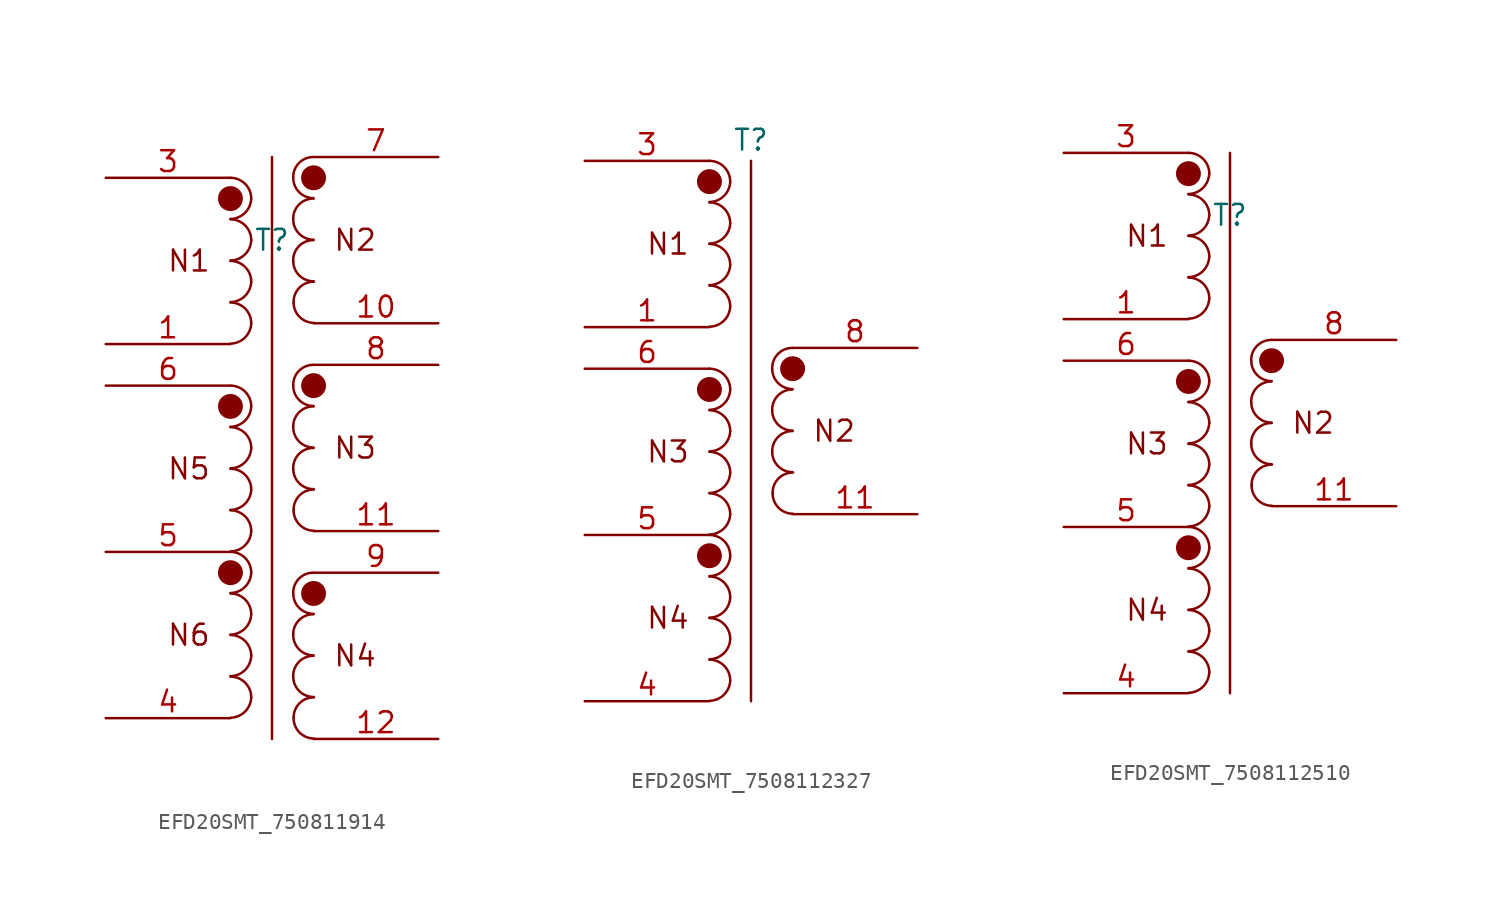
<source format=kicad_sym>
(kicad_symbol_lib
  (version 20220914)
  (generator kicad_symbol_editor)
  (symbol "EFD20SMT_750811914"
    (pin_names hide)
    (property "Reference" "T"
      (at 0 12.7 0)
      (effects (font (size 1.27 1.27))))
    (symbol "EFD20SMT_750811914_0_1"
      (arc (start -2.54 -16.4846) (mid -1.6561 -16.1163) (end -1.27 -15.24) (stroke (width 0) (type default)) (fill (type none)))
      (arc (start -2.54 -13.9446) (mid -1.6561 -13.5763) (end -1.27 -12.7) (stroke (width 0) (type default)) (fill (type none)))
      (arc (start -2.54 -11.4046) (mid -1.6561 -11.0363) (end -1.27 -10.16) (stroke (width 0) (type default)) (fill (type none)))
      (arc (start -2.54 -8.8646) (mid -1.6561 -8.4963) (end -1.27 -7.62) (stroke (width 0) (type default)) (fill (type none)))
      (arc (start -2.54 -6.3246) (mid -1.6561 -5.9563) (end -1.27 -5.08) (stroke (width 0) (type default)) (fill (type none)))
      (arc (start -2.54 -3.7846) (mid -1.6561 -3.4163) (end -1.27 -2.54) (stroke (width 0) (type default)) (fill (type none)))
      (arc (start -2.54 -1.2446) (mid -1.6561 -0.8763) (end -1.27 0) (stroke (width 0) (type default)) (fill (type none)))
      (arc (start -2.54 1.2954) (mid -1.6561 1.6637) (end -1.27 2.54) (stroke (width 0) (type default)) (fill (type none)))
      (arc (start -2.54 6.3754) (mid -1.6561 6.7437) (end -1.27 7.62) (stroke (width 0) (type default)) (fill (type none)))
      (arc (start -2.54 8.9154) (mid -1.6561 9.2837) (end -1.27 10.16) (stroke (width 0) (type default)) (fill (type none)))
      (arc (start -2.54 11.4554) (mid -1.6561 11.8237) (end -1.27 12.7) (stroke (width 0) (type default)) (fill (type none)))
      (arc (start -2.54 13.9954) (mid -1.6561 14.3637) (end -1.27 15.24) (stroke (width 0) (type default)) (fill (type none)))
      (arc (start -1.27 -15.24) (mid -1.642 -14.342) (end -2.54 -13.97) (stroke (width 0) (type default)) (fill (type none)))
      (arc (start -1.27 -12.7) (mid -1.642 -11.802) (end -2.54 -11.43) (stroke (width 0) (type default)) (fill (type none)))
      (arc (start -1.27 -10.16) (mid -1.642 -9.262) (end -2.54 -8.89) (stroke (width 0) (type default)) (fill (type none)))
      (arc (start -1.27 -7.62) (mid -1.642 -6.722) (end -2.54 -6.35) (stroke (width 0) (type default)) (fill (type none)))
      (arc (start -1.27 -5.08) (mid -1.642 -4.182) (end -2.54 -3.81) (stroke (width 0) (type default)) (fill (type none)))
      (arc (start -1.27 -2.54) (mid -1.642 -1.642) (end -2.54 -1.27) (stroke (width 0) (type default)) (fill (type none)))
      (arc (start -1.27 0) (mid -1.642 0.898) (end -2.54 1.27) (stroke (width 0) (type default)) (fill (type none)))
      (arc (start -1.27 2.54) (mid -1.642 3.438) (end -2.54 3.81) (stroke (width 0) (type default)) (fill (type none)))
      (arc (start -1.27 7.62) (mid -1.642 8.518) (end -2.54 8.89) (stroke (width 0) (type default)) (fill (type none)))
      (arc (start -1.27 10.16) (mid -1.642 11.058) (end -2.54 11.43) (stroke (width 0) (type default)) (fill (type none)))
      (arc (start -1.27 12.7) (mid -1.642 13.598) (end -2.54 13.97) (stroke (width 0) (type default)) (fill (type none)))
      (arc (start -1.27 15.24) (mid -1.642 16.138) (end -2.54 16.51) (stroke (width 0) (type default)) (fill (type none)))
      (polyline (pts (xy 0 17.78) (xy 0 -17.78)) (stroke (width 0) (type default)) (fill (type none)))
      (arc (start 1.2954 -13.97) (mid 1.6599 -14.8501) (end 2.54 -15.2146) (stroke (width 0) (type default)) (fill (type none)))
      (arc (start 1.2954 -11.43) (mid 1.6599 -12.3101) (end 2.54 -12.6746) (stroke (width 0) (type default)) (fill (type none)))
      (arc (start 1.2954 -8.89) (mid 1.6599 -9.7701) (end 2.54 -10.1346) (stroke (width 0) (type default)) (fill (type none)))
      (arc (start 1.2954 -1.27) (mid 1.6599 -2.1501) (end 2.54 -2.5146) (stroke (width 0) (type default)) (fill (type none)))
      (arc (start 1.2954 1.27) (mid 1.6599 0.3899) (end 2.54 0.0254) (stroke (width 0) (type default)) (fill (type none)))
      (arc (start 1.2954 3.81) (mid 1.6599 2.9299) (end 2.54 2.5654) (stroke (width 0) (type default)) (fill (type none)))
      (arc (start 1.2954 11.43) (mid 1.6599 10.5499) (end 2.54 10.1854) (stroke (width 0) (type default)) (fill (type none)))
      (arc (start 1.2954 13.97) (mid 1.6599 13.0899) (end 2.54 12.7254) (stroke (width 0) (type default)) (fill (type none)))
      (arc (start 1.2954 16.51) (mid 1.6599 15.6299) (end 2.54 15.2654) (stroke (width 0) (type default)) (fill (type none)))
      (arc (start 1.3208 -16.51) (mid 1.6855 -17.3899) (end 2.5654 -17.7546) (stroke (width 0) (type default)) (fill (type none)))
      (arc (start 1.3208 -3.81) (mid 1.6855 -4.6899) (end 2.5654 -5.0546) (stroke (width 0) (type default)) (fill (type none)))
      (arc (start 1.3208 8.89) (mid 1.6855 8.0101) (end 2.5654 7.6454) (stroke (width 0) (type default)) (fill (type none)))
      (arc (start 2.54 -12.7) (mid 1.6458 -13.0685) (end 1.2954 -13.97) (stroke (width 0) (type default)) (fill (type none)))
      (arc (start 2.54 -10.16) (mid 1.6458 -10.5285) (end 1.2954 -11.43) (stroke (width 0) (type default)) (fill (type none)))
      (arc (start 2.54 -7.62) (mid 1.6458 -7.9885) (end 1.2954 -8.89) (stroke (width 0) (type default)) (fill (type none)))
      (arc (start 2.54 0) (mid 1.6458 -0.3685) (end 1.2954 -1.27) (stroke (width 0) (type default)) (fill (type none)))
      (arc (start 2.54 2.54) (mid 1.6458 2.1715) (end 1.2954 1.27) (stroke (width 0) (type default)) (fill (type none)))
      (arc (start 2.54 5.08) (mid 1.6458 4.7115) (end 1.2954 3.81) (stroke (width 0) (type default)) (fill (type none)))
      (arc (start 2.54 12.7) (mid 1.6458 12.3315) (end 1.2954 11.43) (stroke (width 0) (type default)) (fill (type none)))
      (arc (start 2.54 15.24) (mid 1.6458 14.8715) (end 1.2954 13.97) (stroke (width 0) (type default)) (fill (type none)))
      (arc (start 2.54 17.78) (mid 1.6458 17.4115) (end 1.2954 16.51) (stroke (width 0) (type default)) (fill (type none)))
      (arc (start 2.5654 -15.24) (mid 1.6709 -15.6083) (end 1.3208 -16.51) (stroke (width 0) (type default)) (fill (type none)))
      (arc (start 2.5654 -2.54) (mid 1.6709 -2.9083) (end 1.3208 -3.81) (stroke (width 0) (type default)) (fill (type none)))
      (arc (start 2.5654 10.16) (mid 1.6709 9.7917) (end 1.3208 8.89) (stroke (width 0) (type default)) (fill (type none))))
    (symbol "EFD20SMT_750811914_1_1"
      (circle (center -2.54 -7.62) (radius 0.0001) (stroke (width 0.762) (type default)) (fill (type none)))
      (circle (center -2.54 2.54) (radius 0.0001) (stroke (width 0.762) (type default)) (fill (type none)))
      (circle (center -2.54 15.24) (radius 0.0001) (stroke (width 0.762) (type default)) (fill (type none)))
      (circle (center 2.54 -8.89) (radius 0.0001) (stroke (width 0.762) (type default)) (fill (type none)))
      (circle (center 2.54 3.81) (radius 0.0001) (stroke (width 0.762) (type default)) (fill (type none)))
      (circle (center 2.54 16.51) (radius 0.0001) (stroke (width 0.762) (type default)) (fill (type none)))
      (text "N1" (at -5.08 11.43 0) (effects (font (size 1.27 1.27))))
      (text "N2" (at 5.08 12.7 0) (effects (font (size 1.27 1.27))))
      (text "N3" (at 5.08 0 0) (effects (font (size 1.27 1.27))))
      (text "N4" (at 5.08 -12.7 0) (effects (font (size 1.27 1.27))))
      (text "N5" (at -5.08 -1.27 0) (effects (font (size 1.27 1.27))))
      (text "N6" (at -5.08 -11.43 0) (effects (font (size 1.27 1.27))))
      (pin passive line (at -10.16 6.35 0) (length 7.62) (name "1" (effects (font (size 1.27 1.27)))) (number "1" (effects (font (size 1.27 1.27)))))
      (pin passive line (at 10.16 7.62 180) (length 7.62) (name "10" (effects (font (size 1.27 1.27)))) (number "10" (effects (font (size 1.27 1.27)))))
      (pin passive line (at 10.16 -5.08 180) (length 7.62) (name "11" (effects (font (size 1.27 1.27)))) (number "11" (effects (font (size 1.27 1.27)))))
      (pin passive line (at 10.16 -17.78 180) (length 7.62) (name "12" (effects (font (size 1.27 1.27)))) (number "12" (effects (font (size 1.27 1.27)))))
      (pin passive line (at -10.16 16.51 0) (length 7.62) (name "3" (effects (font (size 1.27 1.27)))) (number "3" (effects (font (size 1.27 1.27)))))
      (pin passive line (at -10.16 -16.51 0) (length 7.62) (name "4" (effects (font (size 1.27 1.27)))) (number "4" (effects (font (size 1.27 1.27)))))
      (pin passive line (at -10.16 -6.35 0) (length 7.62) (name "5" (effects (font (size 1.27 1.27)))) (number "5" (effects (font (size 1.27 1.27)))))
      (pin passive line (at -10.16 3.81 0) (length 7.62) (name "6" (effects (font (size 1.27 1.27)))) (number "6" (effects (font (size 1.27 1.27)))))
      (pin passive line (at 10.16 17.78 180) (length 7.62) (name "7" (effects (font (size 1.27 1.27)))) (number "7" (effects (font (size 1.27 1.27)))))
      (pin passive line (at 10.16 5.08 180) (length 7.62) (name "8" (effects (font (size 1.27 1.27)))) (number "8" (effects (font (size 1.27 1.27)))))
      (pin passive line (at 10.16 -7.62 180) (length 7.62) (name "9" (effects (font (size 1.27 1.27)))) (number "9" (effects (font (size 1.27 1.27)))))))
  (symbol "EFD20SMT_7508112327"
    (pin_names hide)
    (property "Reference" "T"
      (at 0 17.78 0)
      (effects (font (size 1.27 1.27))))
    (symbol "EFD20SMT_7508112327_0_1"
      (arc (start -2.54 -16.4846) (mid -1.6561 -16.1163) (end -1.27 -15.24) (stroke (width 0) (type default)) (fill (type none)))
      (arc (start -2.54 -13.9446) (mid -1.6561 -13.5763) (end -1.27 -12.7) (stroke (width 0) (type default)) (fill (type none)))
      (arc (start -2.54 -11.4046) (mid -1.6561 -11.0363) (end -1.27 -10.16) (stroke (width 0) (type default)) (fill (type none)))
      (arc (start -2.54 -8.8646) (mid -1.6561 -8.4963) (end -1.27 -7.62) (stroke (width 0) (type default)) (fill (type none)))
      (arc (start -2.54 -6.3246) (mid -1.6561 -5.9563) (end -1.27 -5.08) (stroke (width 0) (type default)) (fill (type none)))
      (arc (start -2.54 -3.7846) (mid -1.6561 -3.4163) (end -1.27 -2.54) (stroke (width 0) (type default)) (fill (type none)))
      (arc (start -2.54 -1.2446) (mid -1.6561 -0.8763) (end -1.27 0) (stroke (width 0) (type default)) (fill (type none)))
      (arc (start -2.54 1.2954) (mid -1.6561 1.6637) (end -1.27 2.54) (stroke (width 0) (type default)) (fill (type none)))
      (arc (start -2.54 6.3754) (mid -1.6561 6.7437) (end -1.27 7.62) (stroke (width 0) (type default)) (fill (type none)))
      (arc (start -2.54 8.9154) (mid -1.6561 9.2837) (end -1.27 10.16) (stroke (width 0) (type default)) (fill (type none)))
      (arc (start -2.54 11.4554) (mid -1.6561 11.8237) (end -1.27 12.7) (stroke (width 0) (type default)) (fill (type none)))
      (arc (start -2.54 13.9954) (mid -1.6561 14.3637) (end -1.27 15.24) (stroke (width 0) (type default)) (fill (type none)))
      (arc (start -1.27 -15.24) (mid -1.642 -14.342) (end -2.54 -13.97) (stroke (width 0) (type default)) (fill (type none)))
      (arc (start -1.27 -12.7) (mid -1.642 -11.802) (end -2.54 -11.43) (stroke (width 0) (type default)) (fill (type none)))
      (arc (start -1.27 -10.16) (mid -1.642 -9.262) (end -2.54 -8.89) (stroke (width 0) (type default)) (fill (type none)))
      (arc (start -1.27 -7.62) (mid -1.642 -6.722) (end -2.54 -6.35) (stroke (width 0) (type default)) (fill (type none)))
      (arc (start -1.27 -5.08) (mid -1.642 -4.182) (end -2.54 -3.81) (stroke (width 0) (type default)) (fill (type none)))
      (arc (start -1.27 -2.54) (mid -1.642 -1.642) (end -2.54 -1.27) (stroke (width 0) (type default)) (fill (type none)))
      (arc (start -1.27 0) (mid -1.642 0.898) (end -2.54 1.27) (stroke (width 0) (type default)) (fill (type none)))
      (arc (start -1.27 2.54) (mid -1.642 3.438) (end -2.54 3.81) (stroke (width 0) (type default)) (fill (type none)))
      (arc (start -1.27 7.62) (mid -1.642 8.518) (end -2.54 8.89) (stroke (width 0) (type default)) (fill (type none)))
      (arc (start -1.27 10.16) (mid -1.642 11.058) (end -2.54 11.43) (stroke (width 0) (type default)) (fill (type none)))
      (arc (start -1.27 12.7) (mid -1.642 13.598) (end -2.54 13.97) (stroke (width 0) (type default)) (fill (type none)))
      (arc (start -1.27 15.24) (mid -1.642 16.138) (end -2.54 16.51) (stroke (width 0) (type default)) (fill (type none)))
      (polyline (pts (xy 0 16.51) (xy 0 -16.51)) (stroke (width 0) (type default)) (fill (type none)))
      (arc (start 1.2954 -1.27) (mid 1.6599 -2.1501) (end 2.54 -2.5146) (stroke (width 0) (type default)) (fill (type none)))
      (arc (start 1.2954 1.27) (mid 1.6599 0.3899) (end 2.54 0.0254) (stroke (width 0) (type default)) (fill (type none)))
      (arc (start 1.2954 3.81) (mid 1.6599 2.9299) (end 2.54 2.5654) (stroke (width 0) (type default)) (fill (type none)))
      (arc (start 1.3208 -3.81) (mid 1.6853 -4.6901) (end 2.5654 -5.0546) (stroke (width 0) (type default)) (fill (type none)))
      (arc (start 2.54 0) (mid 1.642 -0.372) (end 1.2954 -1.27) (stroke (width 0) (type default)) (fill (type none)))
      (arc (start 2.54 2.54) (mid 1.642 2.168) (end 1.2954 1.27) (stroke (width 0) (type default)) (fill (type none)))
      (arc (start 2.54 5.08) (mid 1.642 4.708) (end 1.2954 3.81) (stroke (width 0) (type default)) (fill (type none)))
      (arc (start 2.5654 -2.54) (mid 1.6674 -2.912) (end 1.3208 -3.81) (stroke (width 0) (type default)) (fill (type none))))
    (symbol "EFD20SMT_7508112327_1_1"
      (circle (center -2.54 -7.62) (radius 0.0001) (stroke (width 0.762) (type default)) (fill (type none)))
      (circle (center -2.54 2.54) (radius 0.0001) (stroke (width 0.762) (type default)) (fill (type none)))
      (circle (center -2.54 15.24) (radius 0.0001) (stroke (width 0.762) (type default)) (fill (type none)))
      (circle (center 2.54 3.81) (radius 0.0001) (stroke (width 0.762) (type default)) (fill (type none)))
      (text "N1" (at -5.08 11.43 0) (effects (font (size 1.27 1.27))))
      (text "N2" (at 5.08 0 0) (effects (font (size 1.27 1.27))))
      (text "N3" (at -5.08 -1.27 0) (effects (font (size 1.27 1.27))))
      (text "N4" (at -5.08 -11.43 0) (effects (font (size 1.27 1.27))))
      (pin passive line (at -10.16 6.35 0) (length 7.62) (name "1" (effects (font (size 1.27 1.27)))) (number "1" (effects (font (size 1.27 1.27)))))
      (pin passive line (at 10.16 -5.08 180) (length 7.62) (name "11" (effects (font (size 1.27 1.27)))) (number "11" (effects (font (size 1.27 1.27)))))
      (pin passive line (at -10.16 16.51 0) (length 7.62) (name "3" (effects (font (size 1.27 1.27)))) (number "3" (effects (font (size 1.27 1.27)))))
      (pin passive line (at -10.16 -16.51 0) (length 7.62) (name "4" (effects (font (size 1.27 1.27)))) (number "4" (effects (font (size 1.27 1.27)))))
      (pin passive line (at -10.16 -6.35 0) (length 7.62) (name "5" (effects (font (size 1.27 1.27)))) (number "5" (effects (font (size 1.27 1.27)))))
      (pin passive line (at -10.16 3.81 0) (length 7.62) (name "6" (effects (font (size 1.27 1.27)))) (number "6" (effects (font (size 1.27 1.27)))))
      (pin passive line (at 10.16 5.08 180) (length 7.62) (name "8" (effects (font (size 1.27 1.27)))) (number "8" (effects (font (size 1.27 1.27)))))))
  (symbol "EFD20SMT_7508112510"
    (pin_names hide)
    (property "Reference" "T"
      (at 0 12.7 0)
      (effects (font (size 1.27 1.27))))
    (symbol "EFD20SMT_7508112510_0_1"
      (arc (start -2.54 -16.4846) (mid -1.6561 -16.1163) (end -1.27 -15.24) (stroke (width 0) (type default)) (fill (type none)))
      (arc (start -2.54 -13.9446) (mid -1.6561 -13.5763) (end -1.27 -12.7) (stroke (width 0) (type default)) (fill (type none)))
      (arc (start -2.54 -11.4046) (mid -1.6561 -11.0363) (end -1.27 -10.16) (stroke (width 0) (type default)) (fill (type none)))
      (arc (start -2.54 -8.8646) (mid -1.6561 -8.4963) (end -1.27 -7.62) (stroke (width 0) (type default)) (fill (type none)))
      (arc (start -2.54 -6.3246) (mid -1.6561 -5.9563) (end -1.27 -5.08) (stroke (width 0) (type default)) (fill (type none)))
      (arc (start -2.54 -3.7846) (mid -1.6561 -3.4163) (end -1.27 -2.54) (stroke (width 0) (type default)) (fill (type none)))
      (arc (start -2.54 -1.2446) (mid -1.6561 -0.8763) (end -1.27 0) (stroke (width 0) (type default)) (fill (type none)))
      (arc (start -2.54 1.2954) (mid -1.6561 1.6637) (end -1.27 2.54) (stroke (width 0) (type default)) (fill (type none)))
      (arc (start -2.54 6.3754) (mid -1.6561 6.7437) (end -1.27 7.62) (stroke (width 0) (type default)) (fill (type none)))
      (arc (start -2.54 8.9154) (mid -1.6561 9.2837) (end -1.27 10.16) (stroke (width 0) (type default)) (fill (type none)))
      (arc (start -2.54 11.4554) (mid -1.6561 11.8237) (end -1.27 12.7) (stroke (width 0) (type default)) (fill (type none)))
      (arc (start -2.54 13.9954) (mid -1.6561 14.3637) (end -1.27 15.24) (stroke (width 0) (type default)) (fill (type none)))
      (arc (start -1.27 -15.24) (mid -1.642 -14.342) (end -2.54 -13.97) (stroke (width 0) (type default)) (fill (type none)))
      (arc (start -1.27 -12.7) (mid -1.642 -11.802) (end -2.54 -11.43) (stroke (width 0) (type default)) (fill (type none)))
      (arc (start -1.27 -10.16) (mid -1.642 -9.262) (end -2.54 -8.89) (stroke (width 0) (type default)) (fill (type none)))
      (arc (start -1.27 -7.62) (mid -1.642 -6.722) (end -2.54 -6.35) (stroke (width 0) (type default)) (fill (type none)))
      (arc (start -1.27 -5.08) (mid -1.642 -4.182) (end -2.54 -3.81) (stroke (width 0) (type default)) (fill (type none)))
      (arc (start -1.27 -2.54) (mid -1.642 -1.642) (end -2.54 -1.27) (stroke (width 0) (type default)) (fill (type none)))
      (arc (start -1.27 0) (mid -1.642 0.898) (end -2.54 1.27) (stroke (width 0) (type default)) (fill (type none)))
      (arc (start -1.27 2.54) (mid -1.642 3.438) (end -2.54 3.81) (stroke (width 0) (type default)) (fill (type none)))
      (arc (start -1.27 7.62) (mid -1.642 8.518) (end -2.54 8.89) (stroke (width 0) (type default)) (fill (type none)))
      (arc (start -1.27 10.16) (mid -1.642 11.058) (end -2.54 11.43) (stroke (width 0) (type default)) (fill (type none)))
      (arc (start -1.27 12.7) (mid -1.642 13.598) (end -2.54 13.97) (stroke (width 0) (type default)) (fill (type none)))
      (arc (start -1.27 15.24) (mid -1.642 16.138) (end -2.54 16.51) (stroke (width 0) (type default)) (fill (type none)))
      (polyline (pts (xy 0 16.51) (xy 0 -16.51)) (stroke (width 0) (type default)) (fill (type none)))
      (arc (start 1.2954 -1.27) (mid 1.6599 -2.1501) (end 2.54 -2.5146) (stroke (width 0) (type default)) (fill (type none)))
      (arc (start 1.2954 1.27) (mid 1.6599 0.3899) (end 2.54 0.0254) (stroke (width 0) (type default)) (fill (type none)))
      (arc (start 1.2954 3.81) (mid 1.6599 2.9299) (end 2.54 2.5654) (stroke (width 0) (type default)) (fill (type none)))
      (arc (start 1.3208 -3.81) (mid 1.6853 -4.6901) (end 2.5654 -5.0546) (stroke (width 0) (type default)) (fill (type none)))
      (arc (start 2.54 0) (mid 1.642 -0.372) (end 1.2954 -1.27) (stroke (width 0) (type default)) (fill (type none)))
      (arc (start 2.54 2.54) (mid 1.642 2.168) (end 1.2954 1.27) (stroke (width 0) (type default)) (fill (type none)))
      (arc (start 2.54 5.08) (mid 1.642 4.708) (end 1.2954 3.81) (stroke (width 0) (type default)) (fill (type none)))
      (arc (start 2.5654 -2.54) (mid 1.6674 -2.912) (end 1.3208 -3.81) (stroke (width 0) (type default)) (fill (type none))))
    (symbol "EFD20SMT_7508112510_1_1"
      (circle (center -2.54 -7.62) (radius 0.0001) (stroke (width 0.762) (type default)) (fill (type none)))
      (circle (center -2.54 2.54) (radius 0.0001) (stroke (width 0.762) (type default)) (fill (type none)))
      (circle (center -2.54 15.24) (radius 0.0001) (stroke (width 0.762) (type default)) (fill (type none)))
      (circle (center 2.54 3.81) (radius 0.0001) (stroke (width 0.762) (type default)) (fill (type none)))
      (text "N1" (at -5.08 11.43 0) (effects (font (size 1.27 1.27))))
      (text "N2" (at 5.08 0 0) (effects (font (size 1.27 1.27))))
      (text "N3" (at -5.08 -1.27 0) (effects (font (size 1.27 1.27))))
      (text "N4" (at -5.08 -11.43 0) (effects (font (size 1.27 1.27))))
      (pin passive line (at -10.16 6.35 0) (length 7.62) (name "1" (effects (font (size 1.27 1.27)))) (number "1" (effects (font (size 1.27 1.27)))))
      (pin passive line (at 10.16 -5.08 180) (length 7.62) (name "11" (effects (font (size 1.27 1.27)))) (number "11" (effects (font (size 1.27 1.27)))))
      (pin passive line (at -10.16 16.51 0) (length 7.62) (name "3" (effects (font (size 1.27 1.27)))) (number "3" (effects (font (size 1.27 1.27)))))
      (pin passive line (at -10.16 -16.51 0) (length 7.62) (name "4" (effects (font (size 1.27 1.27)))) (number "4" (effects (font (size 1.27 1.27)))))
      (pin passive line (at -10.16 -6.35 0) (length 7.62) (name "5" (effects (font (size 1.27 1.27)))) (number "5" (effects (font (size 1.27 1.27)))))
      (pin passive line (at -10.16 3.81 0) (length 7.62) (name "6" (effects (font (size 1.27 1.27)))) (number "6" (effects (font (size 1.27 1.27)))))
      (pin passive line (at 10.16 5.08 180) (length 7.62) (name "8" (effects (font (size 1.27 1.27)))) (number "8" (effects (font (size 1.27 1.27))))))))
</source>
